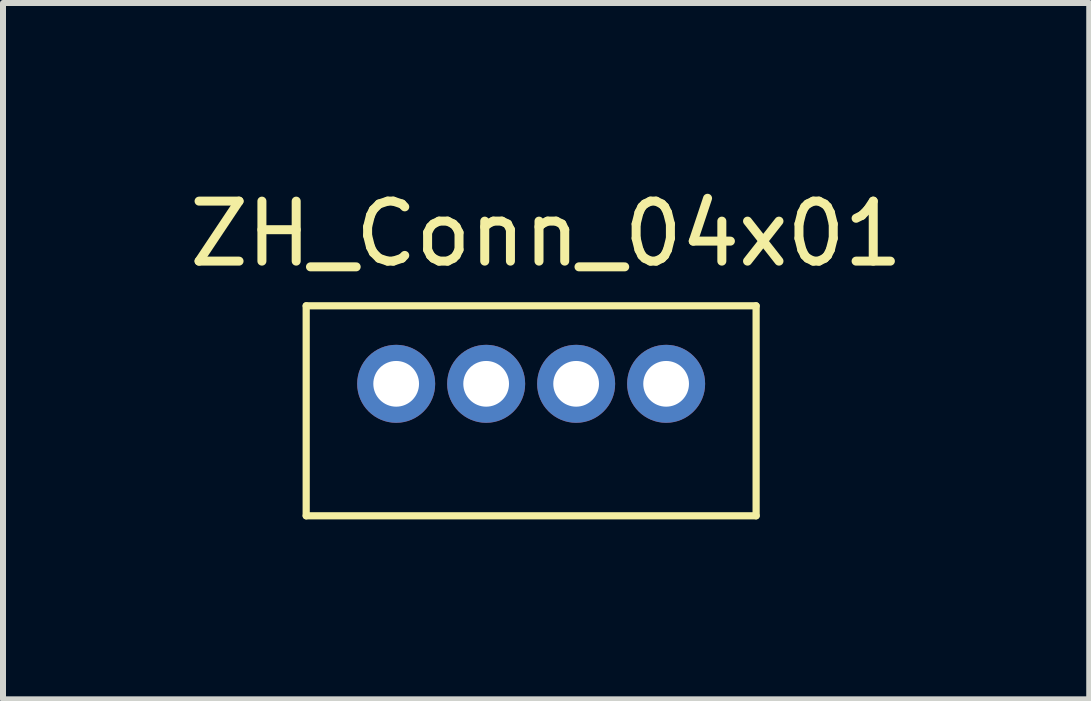
<source format=kicad_pcb>
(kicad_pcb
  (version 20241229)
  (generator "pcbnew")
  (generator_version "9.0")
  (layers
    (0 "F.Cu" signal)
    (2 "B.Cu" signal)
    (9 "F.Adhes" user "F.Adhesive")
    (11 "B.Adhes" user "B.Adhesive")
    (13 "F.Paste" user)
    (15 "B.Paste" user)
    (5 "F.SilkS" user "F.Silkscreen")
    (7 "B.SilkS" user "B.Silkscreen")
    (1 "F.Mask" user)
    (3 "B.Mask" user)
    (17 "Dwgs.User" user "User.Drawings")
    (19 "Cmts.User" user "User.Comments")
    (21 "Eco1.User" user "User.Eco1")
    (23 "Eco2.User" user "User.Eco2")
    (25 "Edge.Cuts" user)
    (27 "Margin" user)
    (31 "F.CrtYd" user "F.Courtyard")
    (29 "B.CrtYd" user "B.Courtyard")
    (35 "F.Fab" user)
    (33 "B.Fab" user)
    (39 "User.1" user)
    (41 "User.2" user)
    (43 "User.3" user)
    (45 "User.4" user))
  (footprint "ZH_Conn_04x01"
    (layer "F.Cu")
    (at 7.054 0.348)
    (property "Reference" "ZH_Conn_04x01" (at -1 0.5 0) (layer "F.SilkS") (effects (font (size 1 1) (thickness 0.15))))
    (attr through_hole)
    (fp_line (start -5 1.7) (end 2.5 1.7) (stroke (width 0.12) (type solid)) (layer "F.SilkS"))
    (fp_line (start -5 5.2) (end -5 1.7) (stroke (width 0.12) (type solid)) (layer "F.SilkS"))
    (fp_line (start 2.5 1.7) (end 2.5 5.2) (stroke (width 0.12) (type solid)) (layer "F.SilkS"))
    (fp_line (start 2.5 5.2) (end -5 5.2) (stroke (width 0.12) (type solid)) (layer "F.SilkS"))
    (pad "1" thru_hole circle (at -3.5 3) (size 1.3 1.3) (drill 0.762) (layers "*.Cu" "*.Mask"))
    (pad "2" thru_hole circle (at -2 3) (size 1.3 1.3) (drill 0.762) (layers "*.Cu" "*.Mask"))
    (pad "3" thru_hole circle (at -0.5 3) (size 1.3 1.3) (drill 0.762) (layers "*.Cu" "*.Mask"))
    (pad "4" thru_hole circle (at 1 3) (size 1.3 1.3) (drill 0.762) (layers "*.Cu" "*.Mask")))
  (gr_rect
    (start -3 -3)
    (end 15.107 8.608)
    (stroke (width 0.1) (type default))
    (fill no)
    (layer "Edge.Cuts")))
</source>
